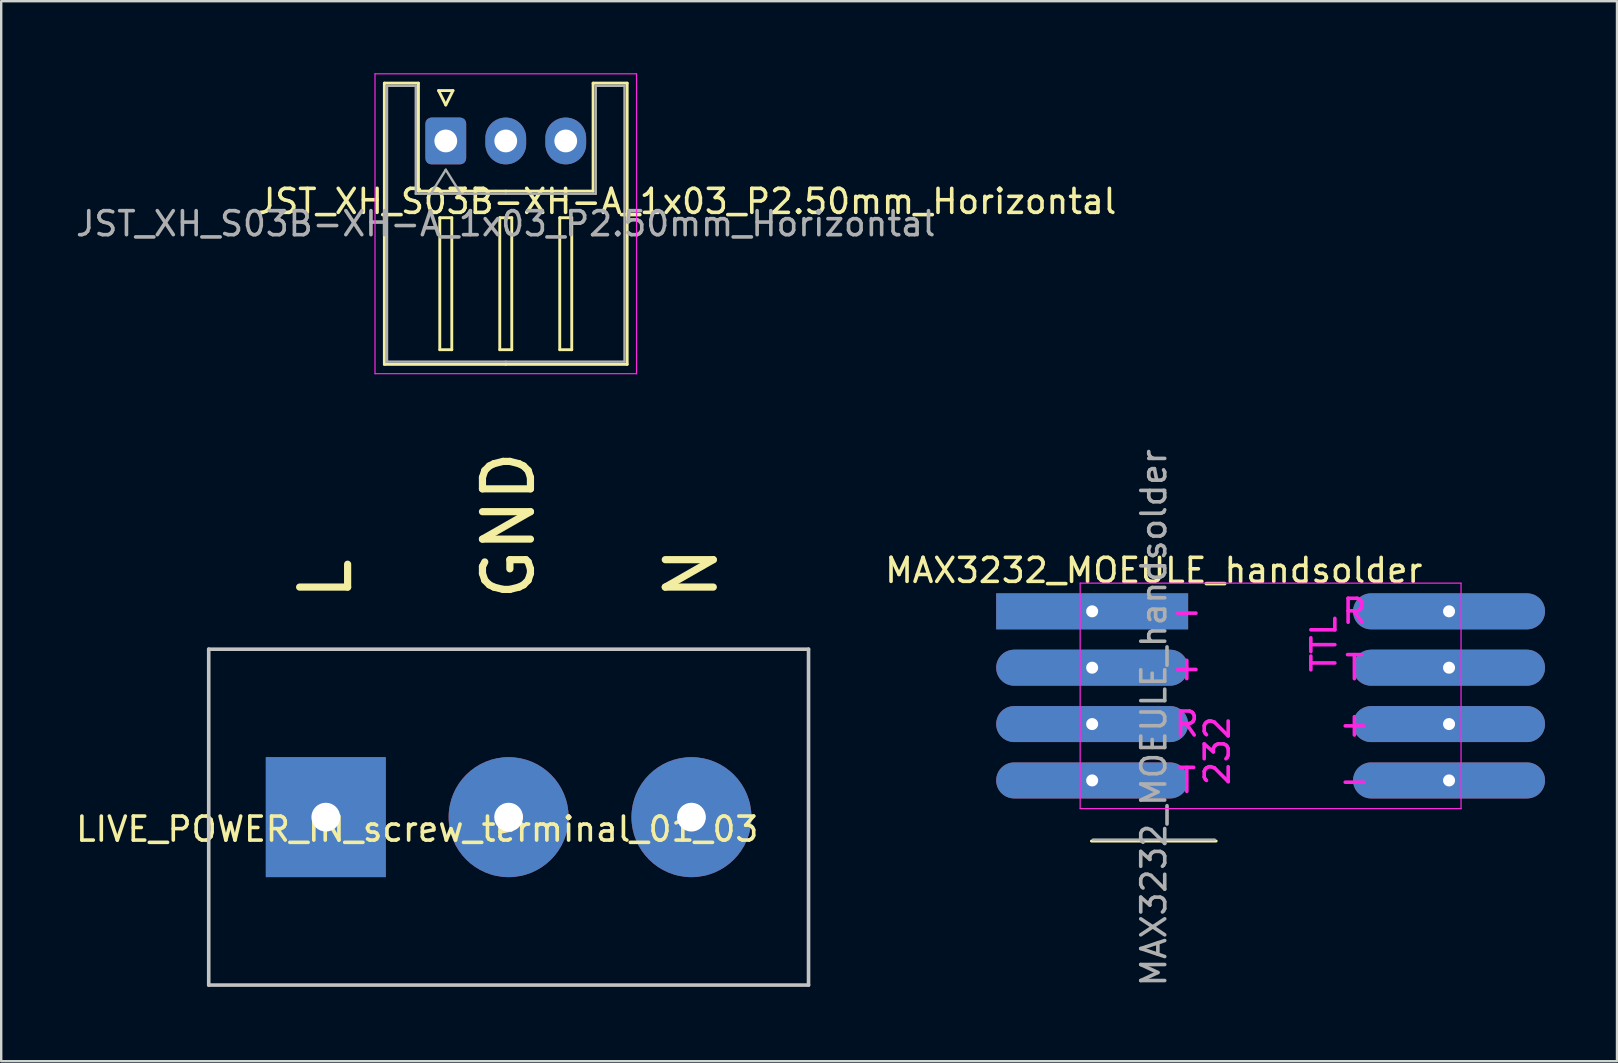
<source format=kicad_pcb>
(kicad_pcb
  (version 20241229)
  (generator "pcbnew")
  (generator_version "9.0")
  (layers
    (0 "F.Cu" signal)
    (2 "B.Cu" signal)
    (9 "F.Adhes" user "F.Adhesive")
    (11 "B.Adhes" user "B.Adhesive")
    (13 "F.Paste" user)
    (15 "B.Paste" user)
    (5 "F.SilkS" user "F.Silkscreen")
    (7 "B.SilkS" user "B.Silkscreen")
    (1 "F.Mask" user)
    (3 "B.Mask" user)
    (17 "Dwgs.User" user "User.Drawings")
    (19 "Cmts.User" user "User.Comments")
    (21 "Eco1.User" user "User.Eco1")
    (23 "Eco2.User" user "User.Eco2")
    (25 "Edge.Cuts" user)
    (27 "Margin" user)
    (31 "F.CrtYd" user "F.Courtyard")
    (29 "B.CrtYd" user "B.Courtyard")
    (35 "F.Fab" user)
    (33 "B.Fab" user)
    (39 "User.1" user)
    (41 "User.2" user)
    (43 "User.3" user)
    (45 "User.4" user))
  (footprint "JST_XH_S03B-XH-A_1x03_P2.50mm_Horizontal"
    (layer "F.Cu")
    (at 15.53 2.825)
    (property "Reference" "JST_XH_S03B-XH-A_1x03_P2.50mm_Horizontal" (at 10.04 2.52 0) (layer "F.SilkS") (effects (font (size 1 1) (thickness 0.15))))
    (attr through_hole)
    (fp_line (start -2.56 -2.41) (end -1.14 -2.41) (stroke (width 0.12) (type solid)) (layer "F.SilkS"))
    (fp_line (start -2.56 9.31) (end -2.56 -2.41) (stroke (width 0.12) (type solid)) (layer "F.SilkS"))
    (fp_line (start -1.14 -2.41) (end -1.14 2.09) (stroke (width 0.12) (type solid)) (layer "F.SilkS"))
    (fp_line (start -1.14 2.09) (end 2.5 2.09) (stroke (width 0.12) (type solid)) (layer "F.SilkS"))
    (fp_line (start -0.3 -2.1) (end 0.3 -2.1) (stroke (width 0.12) (type solid)) (layer "F.SilkS"))
    (fp_line (start -0.25 3.2) (end -0.25 8.7) (stroke (width 0.12) (type solid)) (layer "F.SilkS"))
    (fp_line (start -0.25 8.7) (end 0.25 8.7) (stroke (width 0.12) (type solid)) (layer "F.SilkS"))
    (fp_line (start 0 -1.5) (end -0.3 -2.1) (stroke (width 0.12) (type solid)) (layer "F.SilkS"))
    (fp_line (start 0.25 3.2) (end -0.25 3.2) (stroke (width 0.12) (type solid)) (layer "F.SilkS"))
    (fp_line (start 0.25 8.7) (end 0.25 3.2) (stroke (width 0.12) (type solid)) (layer "F.SilkS"))
    (fp_line (start 0.3 -2.1) (end 0 -1.5) (stroke (width 0.12) (type solid)) (layer "F.SilkS"))
    (fp_line (start 2.25 3.2) (end 2.25 8.7) (stroke (width 0.12) (type solid)) (layer "F.SilkS"))
    (fp_line (start 2.25 8.7) (end 2.75 8.7) (stroke (width 0.12) (type solid)) (layer "F.SilkS"))
    (fp_line (start 2.5 9.31) (end -2.56 9.31) (stroke (width 0.12) (type solid)) (layer "F.SilkS"))
    (fp_line (start 2.5 9.31) (end 7.56 9.31) (stroke (width 0.12) (type solid)) (layer "F.SilkS"))
    (fp_line (start 2.75 3.2) (end 2.25 3.2) (stroke (width 0.12) (type solid)) (layer "F.SilkS"))
    (fp_line (start 2.75 8.7) (end 2.75 3.2) (stroke (width 0.12) (type solid)) (layer "F.SilkS"))
    (fp_line (start 4.75 3.2) (end 4.75 8.7) (stroke (width 0.12) (type solid)) (layer "F.SilkS"))
    (fp_line (start 4.75 8.7) (end 5.25 8.7) (stroke (width 0.12) (type solid)) (layer "F.SilkS"))
    (fp_line (start 5.25 3.2) (end 4.75 3.2) (stroke (width 0.12) (type solid)) (layer "F.SilkS"))
    (fp_line (start 5.25 8.7) (end 5.25 3.2) (stroke (width 0.12) (type solid)) (layer "F.SilkS"))
    (fp_line (start 6.14 -2.41) (end 6.14 2.09) (stroke (width 0.12) (type solid)) (layer "F.SilkS"))
    (fp_line (start 6.14 2.09) (end 2.5 2.09) (stroke (width 0.12) (type solid)) (layer "F.SilkS"))
    (fp_line (start 7.56 -2.41) (end 6.14 -2.41) (stroke (width 0.12) (type solid)) (layer "F.SilkS"))
    (fp_line (start 7.56 9.31) (end 7.56 -2.41) (stroke (width 0.12) (type solid)) (layer "F.SilkS"))
    (fp_line (start -2.95 -2.8) (end -2.95 9.7) (stroke (width 0.05) (type solid)) (layer "F.CrtYd"))
    (fp_line (start -2.95 9.7) (end 7.95 9.7) (stroke (width 0.05) (type solid)) (layer "F.CrtYd"))
    (fp_line (start 7.95 -2.8) (end -2.95 -2.8) (stroke (width 0.05) (type solid)) (layer "F.CrtYd"))
    (fp_line (start 7.95 9.7) (end 7.95 -2.8) (stroke (width 0.05) (type solid)) (layer "F.CrtYd"))
    (fp_line (start -2.45 -2.3) (end -1.25 -2.3) (stroke (width 0.1) (type solid)) (layer "F.Fab"))
    (fp_line (start -2.45 9.2) (end -2.45 -2.3) (stroke (width 0.1) (type solid)) (layer "F.Fab"))
    (fp_line (start -1.25 -2.3) (end -1.25 2.2) (stroke (width 0.1) (type solid)) (layer "F.Fab"))
    (fp_line (start -1.25 2.2) (end 2.5 2.2) (stroke (width 0.1) (type solid)) (layer "F.Fab"))
    (fp_line (start -0.625 2.2) (end 0 1.2) (stroke (width 0.1) (type solid)) (layer "F.Fab"))
    (fp_line (start 0 1.2) (end 0.625 2.2) (stroke (width 0.1) (type solid)) (layer "F.Fab"))
    (fp_line (start 2.5 9.2) (end -2.45 9.2) (stroke (width 0.1) (type solid)) (layer "F.Fab"))
    (fp_line (start 2.5 9.2) (end 7.45 9.2) (stroke (width 0.1) (type solid)) (layer "F.Fab"))
    (fp_line (start 6.25 -2.3) (end 6.25 2.2) (stroke (width 0.1) (type solid)) (layer "F.Fab"))
    (fp_line (start 6.25 2.2) (end 2.5 2.2) (stroke (width 0.1) (type solid)) (layer "F.Fab"))
    (fp_line (start 7.45 -2.3) (end 6.25 -2.3) (stroke (width 0.1) (type solid)) (layer "F.Fab"))
    (fp_line (start 7.45 9.2) (end 7.45 -2.3) (stroke (width 0.1) (type solid)) (layer "F.Fab"))
    (fp_text user "${REFERENCE}" (at 2.5 3.45 0) (layer "F.Fab") (effects (font (size 1 1) (thickness 0.15))))
    (pad "1" thru_hole roundrect (at 0 0) (size 1.7 1.95) (drill 0.95) (layers "*.Cu" "*.Mask") (roundrect_rratio 0.147))
    (pad "2" thru_hole oval (at 2.5 0) (size 1.7 1.95) (drill 0.95) (layers "*.Cu" "*.Mask"))
    (pad "3" thru_hole oval (at 5 0) (size 1.7 1.95) (drill 0.95) (layers "*.Cu" "*.Mask")))
  (footprint "LIVE_POWER_IN_screw_terminal_01_03"
    (layer "F.Cu")
    (at 18.149 31.008)
    (property "Reference" "LIVE_POWER_IN_screw_terminal_01_03" (at -3.81 0.5 0) (layer "F.SilkS") (effects (font (size 1 1) (thickness 0.15))))
    (attr through_hole)
    (fp_line (start -12.5 -7) (end -12.5 7) (stroke (width 0.15) (type solid)) (layer "Dwgs.User"))
    (fp_line (start -12.5 7) (end 12.5 7) (stroke (width 0.15) (type solid)) (layer "Dwgs.User"))
    (fp_line (start 12.5 -7) (end -12.5 -7) (stroke (width 0.15) (type solid)) (layer "Dwgs.User"))
    (fp_line (start 12.5 -7) (end 12.5 7) (stroke (width 0.15) (type solid)) (layer "Dwgs.User"))
    (fp_text user "L" (at -7.62 -9.922 90) (layer "F.SilkS") (effects (font (size 2 2) (thickness 0.3))))
    (fp_text user "N" (at 7.62 -10.16 90) (layer "F.SilkS") (effects (font (size 2 2) (thickness 0.3))))
    (fp_text user "GND" (at 0 -12.16 90) (layer "F.SilkS") (effects (font (size 2 2) (thickness 0.3))))
    (pad "1" thru_hole trapezoid (at -7.62 0) (size 5 5) (drill 1.2) (layers "*.Cu" "*.Mask"))
    (pad "2" thru_hole circle (at 0 0) (size 5 5) (drill 1.2) (layers "*.Cu" "*.Mask"))
    (pad "3" thru_hole circle (at 7.62 0) (size 5 5) (drill 1.2) (layers "*.Cu" "*.Mask")))
  (footprint "MAX3232_MOEULE_handsolder"
    (layer "F.Cu")
    (at 41.97 21.255)
    (property "Reference" "MAX3232_MOEULE_handsolder" (at 3.07 -0.53 0) (layer "F.SilkS") (effects (font (size 1 1) (thickness 0.15))))
    (attr through_hole)
    (fp_line (start 0.47 10.75) (end 5.67 10.75) (stroke (width 0.12) (type solid)) (layer "F.SilkS"))
    (fp_line (start 0 0) (end 0 9.398) (stroke (width 0.05) (type solid)) (layer "F.CrtYd"))
    (fp_line (start 0 9.398) (end 15.875 9.398) (stroke (width 0.05) (type solid)) (layer "F.CrtYd"))
    (fp_line (start 15.875 0) (end 0 0) (stroke (width 0.05) (type solid)) (layer "F.CrtYd"))
    (fp_line (start 15.875 9.398) (end 15.875 0) (stroke (width 0.05) (type solid)) (layer "F.CrtYd"))
    (fp_line (start 5.61 10.69) (end 0.53 10.69) (stroke (width 0.1) (type solid)) (layer "F.Fab"))
    (fp_text user "+" (at 11.43 5.874 0) (layer "F.CrtYd") (effects (font (size 1 1) (thickness 0.15))))
    (fp_text user "TTL" (at 10.16 2.54 90) (layer "F.CrtYd") (effects (font (size 1 1) (thickness 0.15))))
    (fp_text user "+" (at 4.445 3.524 0) (layer "F.CrtYd") (effects (font (size 1 1) (thickness 0.15))))
    (fp_text user "R" (at 11.43 1.175 0) (layer "F.CrtYd") (effects (font (size 1 1) (thickness 0.15))))
    (fp_text user "232" (at 5.715 6.985 90) (layer "F.CrtYd") (effects (font (size 1 1) (thickness 0.15))))
    (fp_text user "-" (at 11.43 8.223 0) (layer "F.CrtYd") (effects (font (size 1 1) (thickness 0.15))))
    (fp_text user "T" (at 11.43 3.524 0) (layer "F.CrtYd") (effects (font (size 1 1) (thickness 0.15))))
    (fp_text user "T" (at 4.445 8.223 0) (layer "F.CrtYd") (effects (font (size 1 1) (thickness 0.15))))
    (fp_text user "-" (at 4.445 1.175 0) (layer "F.CrtYd") (effects (font (size 1 1) (thickness 0.15))))
    (fp_text user "R" (at 4.445 5.874 0) (layer "F.CrtYd") (effects (font (size 1 1) (thickness 0.15))))
    (fp_text user "${REFERENCE}" (at 3.07 5.61 90) (layer "F.Fab") (effects (font (size 1 1) (thickness 0.15))))
    (pad "1" thru_hole rect (at 0.5 1.175) (size 8 1.5) (drill 0.5) (layers "*.Cu" "*.Mask"))
    (pad "2" thru_hole oval (at 0.5 3.524) (size 8 1.5) (drill 0.5) (layers "*.Cu" "*.Mask"))
    (pad "3" thru_hole oval (at 0.5 5.874) (size 8 1.5) (drill 0.5) (layers "*.Cu" "*.Mask"))
    (pad "4" thru_hole oval (at 0.5 8.223) (size 8 1.5) (drill 0.5) (layers "*.Cu" "*.Mask"))
    (pad "5" thru_hole oval (at 15.375 1.175) (size 8 1.5) (drill 0.5) (layers "*.Cu" "*.Mask"))
    (pad "6" thru_hole oval (at 15.375 3.524) (size 8 1.5) (drill 0.5) (layers "*.Cu" "*.Mask"))
    (pad "7" thru_hole oval (at 15.375 5.874) (size 8 1.5) (drill 0.5) (layers "*.Cu" "*.Mask"))
    (pad "8" thru_hole oval (at 15.375 8.223) (size 8 1.5) (drill 0.5) (layers "*.Cu" "*.Mask")))
  (gr_rect
    (start -3 -3)
    (end 64.345 41.181)
    (stroke (width 0.1) (type default))
    (fill no)
    (layer "Edge.Cuts")))
</source>
